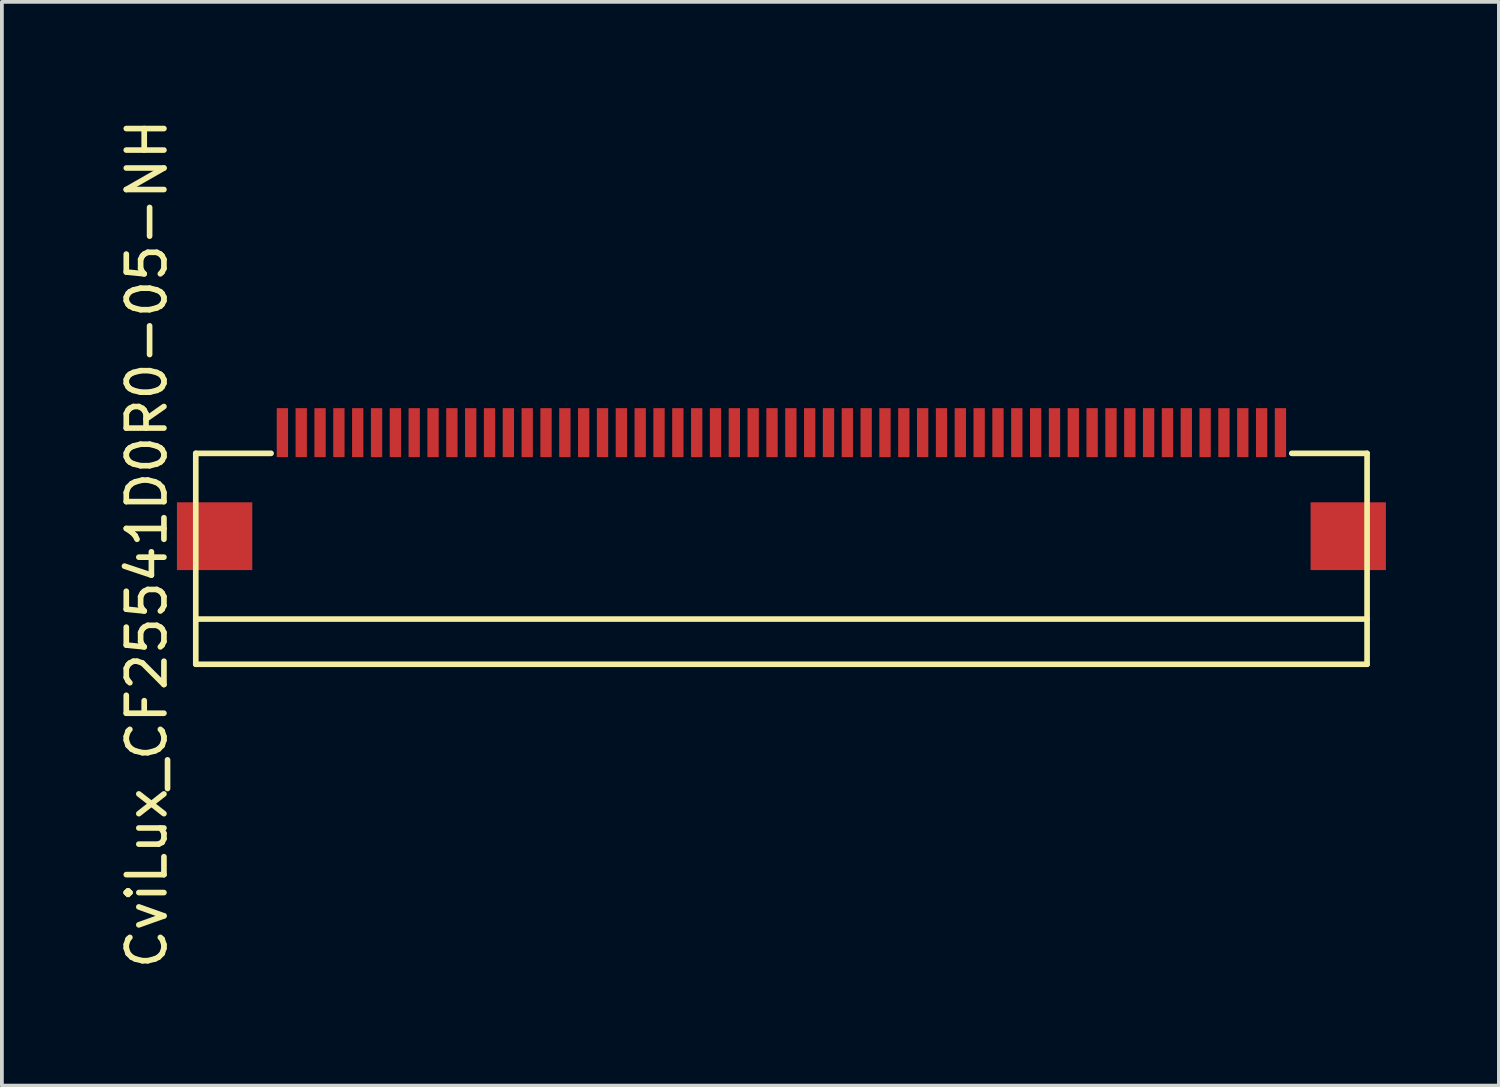
<source format=kicad_pcb>
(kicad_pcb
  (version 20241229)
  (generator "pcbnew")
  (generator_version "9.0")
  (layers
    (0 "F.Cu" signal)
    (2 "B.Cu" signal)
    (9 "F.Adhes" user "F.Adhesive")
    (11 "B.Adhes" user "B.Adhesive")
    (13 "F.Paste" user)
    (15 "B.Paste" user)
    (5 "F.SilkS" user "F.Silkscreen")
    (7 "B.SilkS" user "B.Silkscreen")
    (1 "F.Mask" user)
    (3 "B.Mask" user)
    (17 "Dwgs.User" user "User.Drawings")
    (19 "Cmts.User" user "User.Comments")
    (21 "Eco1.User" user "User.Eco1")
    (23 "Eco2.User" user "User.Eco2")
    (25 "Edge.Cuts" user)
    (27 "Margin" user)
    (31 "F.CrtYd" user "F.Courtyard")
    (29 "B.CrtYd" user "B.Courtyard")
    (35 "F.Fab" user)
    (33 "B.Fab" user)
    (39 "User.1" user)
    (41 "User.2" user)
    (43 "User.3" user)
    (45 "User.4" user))
  (footprint "CviLux_CF25541D0R0-05-NH"
    (layer "F.Cu")
    (at 33.248 8.987)
    (property "Reference" "CviLux_CF25541D0R0-05-NH" (at -32.4 2.4 90) (layer "F.SilkS") (effects (font (size 1 1) (thickness 0.15))))
    (attr through_hole)
    (fp_line (start -31.1 0) (end -29.1 0) (stroke (width 0.15) (type solid)) (layer "F.SilkS"))
    (fp_line (start -31.1 5.6) (end -31.1 0) (stroke (width 0.15) (type solid)) (layer "F.SilkS"))
    (fp_line (start -2 0) (end 0 0) (stroke (width 0.15) (type solid)) (layer "F.SilkS"))
    (fp_line (start 0 0) (end 0 5.6) (stroke (width 0.15) (type solid)) (layer "F.SilkS"))
    (fp_line (start 0 4.4) (end -31.1 4.4) (stroke (width 0.15) (type solid)) (layer "F.SilkS"))
    (fp_line (start 0 5.6) (end -31.1 5.6) (stroke (width 0.15) (type solid)) (layer "F.SilkS"))
    (pad "1" smd rect (at -28.8 -0.55) (size 0.3 1.3) (layers "F.Cu" "F.Mask" "F.Paste"))
    (pad "2" smd rect (at -28.3 -0.55) (size 0.3 1.3) (layers "F.Cu" "F.Mask" "F.Paste"))
    (pad "3" smd rect (at -27.8 -0.55) (size 0.3 1.3) (layers "F.Cu" "F.Mask" "F.Paste"))
    (pad "4" smd rect (at -27.3 -0.55) (size 0.3 1.3) (layers "F.Cu" "F.Mask" "F.Paste"))
    (pad "5" smd rect (at -26.8 -0.55) (size 0.3 1.3) (layers "F.Cu" "F.Mask" "F.Paste"))
    (pad "6" smd rect (at -26.3 -0.55) (size 0.3 1.3) (layers "F.Cu" "F.Mask" "F.Paste"))
    (pad "7" smd rect (at -25.8 -0.55) (size 0.3 1.3) (layers "F.Cu" "F.Mask" "F.Paste"))
    (pad "8" smd rect (at -25.3 -0.55) (size 0.3 1.3) (layers "F.Cu" "F.Mask" "F.Paste"))
    (pad "9" smd rect (at -24.8 -0.55) (size 0.3 1.3) (layers "F.Cu" "F.Mask" "F.Paste"))
    (pad "10" smd rect (at -24.3 -0.55) (size 0.3 1.3) (layers "F.Cu" "F.Mask" "F.Paste"))
    (pad "11" smd rect (at -23.8 -0.55) (size 0.3 1.3) (layers "F.Cu" "F.Mask" "F.Paste"))
    (pad "12" smd rect (at -23.3 -0.55) (size 0.3 1.3) (layers "F.Cu" "F.Mask" "F.Paste"))
    (pad "13" smd rect (at -22.8 -0.55) (size 0.3 1.3) (layers "F.Cu" "F.Mask" "F.Paste"))
    (pad "14" smd rect (at -22.3 -0.55) (size 0.3 1.3) (layers "F.Cu" "F.Mask" "F.Paste"))
    (pad "15" smd rect (at -21.8 -0.55) (size 0.3 1.3) (layers "F.Cu" "F.Mask" "F.Paste"))
    (pad "16" smd rect (at -21.3 -0.55) (size 0.3 1.3) (layers "F.Cu" "F.Mask" "F.Paste"))
    (pad "17" smd rect (at -20.8 -0.55) (size 0.3 1.3) (layers "F.Cu" "F.Mask" "F.Paste"))
    (pad "18" smd rect (at -20.3 -0.55) (size 0.3 1.3) (layers "F.Cu" "F.Mask" "F.Paste"))
    (pad "19" smd rect (at -19.8 -0.55) (size 0.3 1.3) (layers "F.Cu" "F.Mask" "F.Paste"))
    (pad "20" smd rect (at -19.3 -0.55) (size 0.3 1.3) (layers "F.Cu" "F.Mask" "F.Paste"))
    (pad "21" smd rect (at -18.8 -0.55) (size 0.3 1.3) (layers "F.Cu" "F.Mask" "F.Paste"))
    (pad "22" smd rect (at -18.3 -0.55) (size 0.3 1.3) (layers "F.Cu" "F.Mask" "F.Paste"))
    (pad "23" smd rect (at -17.8 -0.55) (size 0.3 1.3) (layers "F.Cu" "F.Mask" "F.Paste"))
    (pad "24" smd rect (at -17.3 -0.55) (size 0.3 1.3) (layers "F.Cu" "F.Mask" "F.Paste"))
    (pad "25" smd rect (at -16.8 -0.55) (size 0.3 1.3) (layers "F.Cu" "F.Mask" "F.Paste"))
    (pad "26" smd rect (at -16.3 -0.55) (size 0.3 1.3) (layers "F.Cu" "F.Mask" "F.Paste"))
    (pad "27" smd rect (at -15.8 -0.55) (size 0.3 1.3) (layers "F.Cu" "F.Mask" "F.Paste"))
    (pad "28" smd rect (at -15.3 -0.55) (size 0.3 1.3) (layers "F.Cu" "F.Mask" "F.Paste"))
    (pad "29" smd rect (at -14.8 -0.55) (size 0.3 1.3) (layers "F.Cu" "F.Mask" "F.Paste"))
    (pad "30" smd rect (at -14.3 -0.55) (size 0.3 1.3) (layers "F.Cu" "F.Mask" "F.Paste"))
    (pad "31" smd rect (at -13.8 -0.55) (size 0.3 1.3) (layers "F.Cu" "F.Mask" "F.Paste"))
    (pad "32" smd rect (at -13.3 -0.55) (size 0.3 1.3) (layers "F.Cu" "F.Mask" "F.Paste"))
    (pad "33" smd rect (at -12.8 -0.55) (size 0.3 1.3) (layers "F.Cu" "F.Mask" "F.Paste"))
    (pad "34" smd rect (at -12.3 -0.55) (size 0.3 1.3) (layers "F.Cu" "F.Mask" "F.Paste"))
    (pad "35" smd rect (at -11.8 -0.55) (size 0.3 1.3) (layers "F.Cu" "F.Mask" "F.Paste"))
    (pad "36" smd rect (at -11.3 -0.55) (size 0.3 1.3) (layers "F.Cu" "F.Mask" "F.Paste"))
    (pad "37" smd rect (at -10.8 -0.55) (size 0.3 1.3) (layers "F.Cu" "F.Mask" "F.Paste"))
    (pad "38" smd rect (at -10.3 -0.55) (size 0.3 1.3) (layers "F.Cu" "F.Mask" "F.Paste"))
    (pad "39" smd rect (at -9.8 -0.55) (size 0.3 1.3) (layers "F.Cu" "F.Mask" "F.Paste"))
    (pad "40" smd rect (at -9.3 -0.55) (size 0.3 1.3) (layers "F.Cu" "F.Mask" "F.Paste"))
    (pad "41" smd rect (at -8.8 -0.55) (size 0.3 1.3) (layers "F.Cu" "F.Mask" "F.Paste"))
    (pad "42" smd rect (at -8.3 -0.55) (size 0.3 1.3) (layers "F.Cu" "F.Mask" "F.Paste"))
    (pad "43" smd rect (at -7.8 -0.55) (size 0.3 1.3) (layers "F.Cu" "F.Mask" "F.Paste"))
    (pad "44" smd rect (at -7.3 -0.55) (size 0.3 1.3) (layers "F.Cu" "F.Mask" "F.Paste"))
    (pad "45" smd rect (at -6.8 -0.55) (size 0.3 1.3) (layers "F.Cu" "F.Mask" "F.Paste"))
    (pad "46" smd rect (at -6.3 -0.55) (size 0.3 1.3) (layers "F.Cu" "F.Mask" "F.Paste"))
    (pad "47" smd rect (at -5.8 -0.55) (size 0.3 1.3) (layers "F.Cu" "F.Mask" "F.Paste"))
    (pad "48" smd rect (at -5.3 -0.55) (size 0.3 1.3) (layers "F.Cu" "F.Mask" "F.Paste"))
    (pad "49" smd rect (at -4.8 -0.55) (size 0.3 1.3) (layers "F.Cu" "F.Mask" "F.Paste"))
    (pad "50" smd rect (at -4.3 -0.55) (size 0.3 1.3) (layers "F.Cu" "F.Mask" "F.Paste"))
    (pad "51" smd rect (at -3.8 -0.55) (size 0.3 1.3) (layers "F.Cu" "F.Mask" "F.Paste"))
    (pad "52" smd rect (at -3.3 -0.55) (size 0.3 1.3) (layers "F.Cu" "F.Mask" "F.Paste"))
    (pad "53" smd rect (at -2.8 -0.55) (size 0.3 1.3) (layers "F.Cu" "F.Mask" "F.Paste"))
    (pad "54" smd rect (at -2.3 -0.55) (size 0.3 1.3) (layers "F.Cu" "F.Mask" "F.Paste"))
    (pad "M" smd rect (at -30.6 2.2) (size 2 1.8) (layers "F.Cu" "F.Mask" "F.Paste"))
    (pad "M" smd rect (at -0.5 2.2) (size 2 1.8) (layers "F.Cu" "F.Mask" "F.Paste")))
  (gr_rect
    (start -3 -3)
    (end 36.748 25.774)
    (stroke (width 0.1) (type default))
    (fill no)
    (layer "Edge.Cuts")))
</source>
